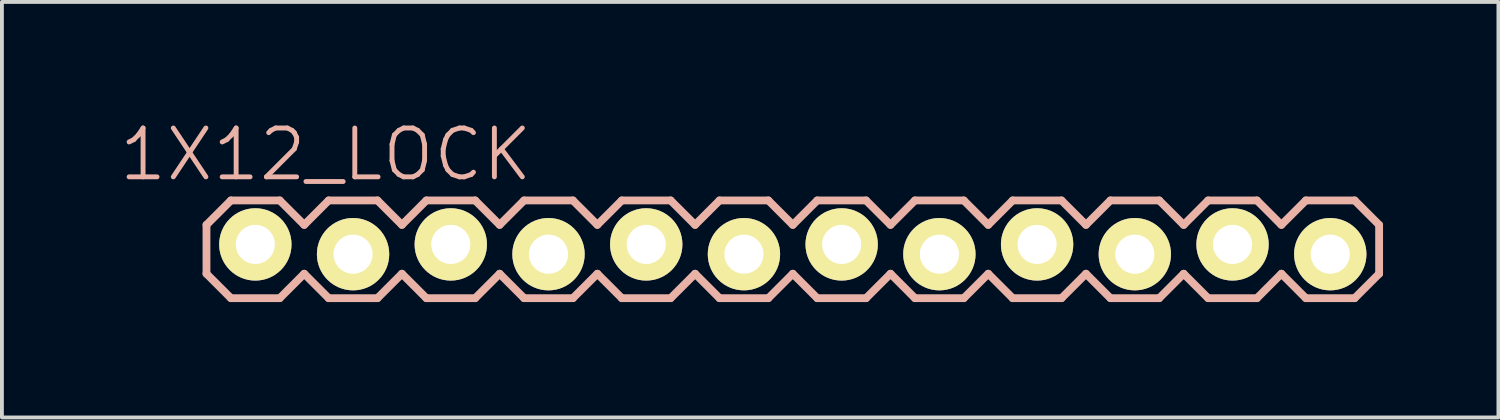
<source format=kicad_pcb>
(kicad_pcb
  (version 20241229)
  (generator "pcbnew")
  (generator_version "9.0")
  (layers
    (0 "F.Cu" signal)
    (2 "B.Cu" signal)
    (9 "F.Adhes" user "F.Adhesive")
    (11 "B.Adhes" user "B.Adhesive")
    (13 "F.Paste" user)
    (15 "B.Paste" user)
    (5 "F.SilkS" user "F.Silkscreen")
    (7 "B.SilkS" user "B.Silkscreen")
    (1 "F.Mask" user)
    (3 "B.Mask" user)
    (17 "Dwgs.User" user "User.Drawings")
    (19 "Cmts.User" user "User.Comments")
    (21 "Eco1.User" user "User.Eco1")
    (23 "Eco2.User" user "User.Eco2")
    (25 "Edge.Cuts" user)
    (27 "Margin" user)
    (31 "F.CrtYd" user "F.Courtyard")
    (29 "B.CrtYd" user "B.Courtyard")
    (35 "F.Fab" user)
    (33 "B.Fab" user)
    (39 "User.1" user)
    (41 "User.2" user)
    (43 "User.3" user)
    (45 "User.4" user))
  (footprint "1X12_LOCK"
    (layer "F.Cu")
    (at 3.587 3.43)
    (property "Reference" "1X12_LOCK" (at 1.829 -2.464 0) (layer "B.SilkS") (effects (font (size 1.27 1.27) (thickness 0.127))))
    (attr exclude_from_pos_files exclude_from_bom)
    (fp_line (start -0.254 -0.254) (end 0.254 -0.254) (stroke (width 0.066) (type solid)) (layer "F.SilkS"))
    (fp_line (start -0.254 0.254) (end -0.254 -0.254) (stroke (width 0.066) (type solid)) (layer "F.SilkS"))
    (fp_line (start -0.254 0.254) (end 0.254 0.254) (stroke (width 0.066) (type solid)) (layer "F.SilkS"))
    (fp_line (start 0.254 0.254) (end 0.254 -0.254) (stroke (width 0.066) (type solid)) (layer "F.SilkS"))
    (fp_line (start 2.286 -0.254) (end 2.794 -0.254) (stroke (width 0.066) (type solid)) (layer "F.SilkS"))
    (fp_line (start 2.286 0.254) (end 2.286 -0.254) (stroke (width 0.066) (type solid)) (layer "F.SilkS"))
    (fp_line (start 2.286 0.254) (end 2.794 0.254) (stroke (width 0.066) (type solid)) (layer "F.SilkS"))
    (fp_line (start 2.794 0.254) (end 2.794 -0.254) (stroke (width 0.066) (type solid)) (layer "F.SilkS"))
    (fp_line (start 4.826 -0.254) (end 5.334 -0.254) (stroke (width 0.066) (type solid)) (layer "F.SilkS"))
    (fp_line (start 4.826 0.254) (end 4.826 -0.254) (stroke (width 0.066) (type solid)) (layer "F.SilkS"))
    (fp_line (start 4.826 0.254) (end 5.334 0.254) (stroke (width 0.066) (type solid)) (layer "F.SilkS"))
    (fp_line (start 5.334 0.254) (end 5.334 -0.254) (stroke (width 0.066) (type solid)) (layer "F.SilkS"))
    (fp_line (start 7.366 -0.254) (end 7.874 -0.254) (stroke (width 0.066) (type solid)) (layer "F.SilkS"))
    (fp_line (start 7.366 0.254) (end 7.366 -0.254) (stroke (width 0.066) (type solid)) (layer "F.SilkS"))
    (fp_line (start 7.366 0.254) (end 7.874 0.254) (stroke (width 0.066) (type solid)) (layer "F.SilkS"))
    (fp_line (start 7.874 0.254) (end 7.874 -0.254) (stroke (width 0.066) (type solid)) (layer "F.SilkS"))
    (fp_line (start 9.906 -0.254) (end 10.414 -0.254) (stroke (width 0.066) (type solid)) (layer "F.SilkS"))
    (fp_line (start 9.906 0.254) (end 9.906 -0.254) (stroke (width 0.066) (type solid)) (layer "F.SilkS"))
    (fp_line (start 9.906 0.254) (end 10.414 0.254) (stroke (width 0.066) (type solid)) (layer "F.SilkS"))
    (fp_line (start 10.414 0.254) (end 10.414 -0.254) (stroke (width 0.066) (type solid)) (layer "F.SilkS"))
    (fp_line (start 12.446 -0.254) (end 12.954 -0.254) (stroke (width 0.066) (type solid)) (layer "F.SilkS"))
    (fp_line (start 12.446 0.254) (end 12.446 -0.254) (stroke (width 0.066) (type solid)) (layer "F.SilkS"))
    (fp_line (start 12.446 0.254) (end 12.954 0.254) (stroke (width 0.066) (type solid)) (layer "F.SilkS"))
    (fp_line (start 12.954 0.254) (end 12.954 -0.254) (stroke (width 0.066) (type solid)) (layer "F.SilkS"))
    (fp_line (start 14.986 -0.254) (end 15.494 -0.254) (stroke (width 0.066) (type solid)) (layer "F.SilkS"))
    (fp_line (start 14.986 0.254) (end 14.986 -0.254) (stroke (width 0.066) (type solid)) (layer "F.SilkS"))
    (fp_line (start 14.986 0.254) (end 15.494 0.254) (stroke (width 0.066) (type solid)) (layer "F.SilkS"))
    (fp_line (start 15.494 0.254) (end 15.494 -0.254) (stroke (width 0.066) (type solid)) (layer "F.SilkS"))
    (fp_line (start 17.523 -0.254) (end 18.034 -0.254) (stroke (width 0.066) (type solid)) (layer "F.SilkS"))
    (fp_line (start 17.523 0.254) (end 17.523 -0.254) (stroke (width 0.066) (type solid)) (layer "F.SilkS"))
    (fp_line (start 17.523 0.254) (end 18.034 0.254) (stroke (width 0.066) (type solid)) (layer "F.SilkS"))
    (fp_line (start 18.034 0.254) (end 18.034 -0.254) (stroke (width 0.066) (type solid)) (layer "F.SilkS"))
    (fp_line (start 20.066 -0.254) (end 20.574 -0.254) (stroke (width 0.066) (type solid)) (layer "F.SilkS"))
    (fp_line (start 20.066 0.254) (end 20.066 -0.254) (stroke (width 0.066) (type solid)) (layer "F.SilkS"))
    (fp_line (start 20.066 0.254) (end 20.574 0.254) (stroke (width 0.066) (type solid)) (layer "F.SilkS"))
    (fp_line (start 20.574 0.254) (end 20.574 -0.254) (stroke (width 0.066) (type solid)) (layer "F.SilkS"))
    (fp_line (start 22.606 -0.254) (end 23.114 -0.254) (stroke (width 0.066) (type solid)) (layer "F.SilkS"))
    (fp_line (start 22.606 0.254) (end 22.606 -0.254) (stroke (width 0.066) (type solid)) (layer "F.SilkS"))
    (fp_line (start 22.606 0.254) (end 23.114 0.254) (stroke (width 0.066) (type solid)) (layer "F.SilkS"))
    (fp_line (start 23.114 0.254) (end 23.114 -0.254) (stroke (width 0.066) (type solid)) (layer "F.SilkS"))
    (fp_line (start 25.146 -0.254) (end 25.654 -0.254) (stroke (width 0.066) (type solid)) (layer "F.SilkS"))
    (fp_line (start 25.146 0.254) (end 25.146 -0.254) (stroke (width 0.066) (type solid)) (layer "F.SilkS"))
    (fp_line (start 25.146 0.254) (end 25.654 0.254) (stroke (width 0.066) (type solid)) (layer "F.SilkS"))
    (fp_line (start 25.654 0.254) (end 25.654 -0.254) (stroke (width 0.066) (type solid)) (layer "F.SilkS"))
    (fp_line (start 27.686 -0.254) (end 28.194 -0.254) (stroke (width 0.066) (type solid)) (layer "F.SilkS"))
    (fp_line (start 27.686 0.254) (end 27.686 -0.254) (stroke (width 0.066) (type solid)) (layer "F.SilkS"))
    (fp_line (start 27.686 0.254) (end 28.194 0.254) (stroke (width 0.066) (type solid)) (layer "F.SilkS"))
    (fp_line (start 28.194 0.254) (end 28.194 -0.254) (stroke (width 0.066) (type solid)) (layer "F.SilkS"))
    (fp_line (start -1.27 -0.635) (end -1.27 0.635) (stroke (width 0.203) (type solid)) (layer "B.SilkS"))
    (fp_line (start -1.27 0.635) (end -0.635 1.27) (stroke (width 0.203) (type solid)) (layer "B.SilkS"))
    (fp_line (start -0.635 -1.27) (end -1.27 -0.635) (stroke (width 0.203) (type solid)) (layer "B.SilkS"))
    (fp_line (start -0.635 -1.27) (end 0.635 -1.27) (stroke (width 0.203) (type solid)) (layer "B.SilkS"))
    (fp_line (start 0.635 -1.27) (end 1.27 -0.635) (stroke (width 0.203) (type solid)) (layer "B.SilkS"))
    (fp_line (start 0.635 1.27) (end -0.635 1.27) (stroke (width 0.203) (type solid)) (layer "B.SilkS"))
    (fp_line (start 1.27 -0.635) (end 1.905 -1.27) (stroke (width 0.203) (type solid)) (layer "B.SilkS"))
    (fp_line (start 1.27 0.635) (end 0.635 1.27) (stroke (width 0.203) (type solid)) (layer "B.SilkS"))
    (fp_line (start 1.905 -1.27) (end 3.175 -1.27) (stroke (width 0.203) (type solid)) (layer "B.SilkS"))
    (fp_line (start 1.905 1.27) (end 1.27 0.635) (stroke (width 0.203) (type solid)) (layer "B.SilkS"))
    (fp_line (start 3.175 -1.27) (end 3.81 -0.635) (stroke (width 0.203) (type solid)) (layer "B.SilkS"))
    (fp_line (start 3.175 1.27) (end 1.905 1.27) (stroke (width 0.203) (type solid)) (layer "B.SilkS"))
    (fp_line (start 3.81 -0.635) (end 4.445 -1.27) (stroke (width 0.203) (type solid)) (layer "B.SilkS"))
    (fp_line (start 3.81 0.635) (end 3.175 1.27) (stroke (width 0.203) (type solid)) (layer "B.SilkS"))
    (fp_line (start 4.445 -1.27) (end 5.715 -1.27) (stroke (width 0.203) (type solid)) (layer "B.SilkS"))
    (fp_line (start 4.445 1.27) (end 3.81 0.635) (stroke (width 0.203) (type solid)) (layer "B.SilkS"))
    (fp_line (start 5.715 -1.27) (end 6.35 -0.635) (stroke (width 0.203) (type solid)) (layer "B.SilkS"))
    (fp_line (start 5.715 1.27) (end 4.445 1.27) (stroke (width 0.203) (type solid)) (layer "B.SilkS"))
    (fp_line (start 6.35 0.635) (end 5.715 1.27) (stroke (width 0.203) (type solid)) (layer "B.SilkS"))
    (fp_line (start 6.35 0.635) (end 6.985 1.27) (stroke (width 0.203) (type solid)) (layer "B.SilkS"))
    (fp_line (start 6.985 -1.27) (end 6.35 -0.635) (stroke (width 0.203) (type solid)) (layer "B.SilkS"))
    (fp_line (start 6.985 -1.27) (end 8.255 -1.27) (stroke (width 0.203) (type solid)) (layer "B.SilkS"))
    (fp_line (start 8.255 -1.27) (end 8.89 -0.635) (stroke (width 0.203) (type solid)) (layer "B.SilkS"))
    (fp_line (start 8.255 1.27) (end 6.985 1.27) (stroke (width 0.203) (type solid)) (layer "B.SilkS"))
    (fp_line (start 8.89 -0.635) (end 9.525 -1.27) (stroke (width 0.203) (type solid)) (layer "B.SilkS"))
    (fp_line (start 8.89 0.635) (end 8.255 1.27) (stroke (width 0.203) (type solid)) (layer "B.SilkS"))
    (fp_line (start 9.525 -1.27) (end 10.795 -1.27) (stroke (width 0.203) (type solid)) (layer "B.SilkS"))
    (fp_line (start 9.525 1.27) (end 8.89 0.635) (stroke (width 0.203) (type solid)) (layer "B.SilkS"))
    (fp_line (start 10.795 -1.27) (end 11.43 -0.635) (stroke (width 0.203) (type solid)) (layer "B.SilkS"))
    (fp_line (start 10.795 1.27) (end 9.525 1.27) (stroke (width 0.203) (type solid)) (layer "B.SilkS"))
    (fp_line (start 11.43 -0.635) (end 12.065 -1.27) (stroke (width 0.203) (type solid)) (layer "B.SilkS"))
    (fp_line (start 11.43 0.635) (end 10.795 1.27) (stroke (width 0.203) (type solid)) (layer "B.SilkS"))
    (fp_line (start 12.065 -1.27) (end 13.335 -1.27) (stroke (width 0.203) (type solid)) (layer "B.SilkS"))
    (fp_line (start 12.065 1.27) (end 11.43 0.635) (stroke (width 0.203) (type solid)) (layer "B.SilkS"))
    (fp_line (start 13.335 -1.27) (end 13.97 -0.635) (stroke (width 0.203) (type solid)) (layer "B.SilkS"))
    (fp_line (start 13.335 1.27) (end 12.065 1.27) (stroke (width 0.203) (type solid)) (layer "B.SilkS"))
    (fp_line (start 13.97 0.635) (end 13.335 1.27) (stroke (width 0.203) (type solid)) (layer "B.SilkS"))
    (fp_line (start 13.97 0.635) (end 14.605 1.27) (stroke (width 0.203) (type solid)) (layer "B.SilkS"))
    (fp_line (start 14.605 -1.27) (end 13.97 -0.635) (stroke (width 0.203) (type solid)) (layer "B.SilkS"))
    (fp_line (start 14.605 -1.27) (end 15.875 -1.27) (stroke (width 0.203) (type solid)) (layer "B.SilkS"))
    (fp_line (start 15.875 -1.27) (end 16.51 -0.635) (stroke (width 0.203) (type solid)) (layer "B.SilkS"))
    (fp_line (start 15.875 1.27) (end 14.605 1.27) (stroke (width 0.203) (type solid)) (layer "B.SilkS"))
    (fp_line (start 16.51 0.635) (end 15.875 1.27) (stroke (width 0.203) (type solid)) (layer "B.SilkS"))
    (fp_line (start 16.51 0.635) (end 17.145 1.27) (stroke (width 0.203) (type solid)) (layer "B.SilkS"))
    (fp_line (start 17.145 -1.27) (end 16.51 -0.635) (stroke (width 0.203) (type solid)) (layer "B.SilkS"))
    (fp_line (start 17.145 -1.27) (end 18.415 -1.27) (stroke (width 0.203) (type solid)) (layer "B.SilkS"))
    (fp_line (start 18.415 -1.27) (end 19.05 -0.635) (stroke (width 0.203) (type solid)) (layer "B.SilkS"))
    (fp_line (start 18.415 1.27) (end 17.145 1.27) (stroke (width 0.203) (type solid)) (layer "B.SilkS"))
    (fp_line (start 19.05 0.635) (end 18.415 1.27) (stroke (width 0.203) (type solid)) (layer "B.SilkS"))
    (fp_line (start 19.05 0.635) (end 19.685 1.27) (stroke (width 0.203) (type solid)) (layer "B.SilkS"))
    (fp_line (start 19.685 -1.27) (end 19.05 -0.635) (stroke (width 0.203) (type solid)) (layer "B.SilkS"))
    (fp_line (start 19.685 -1.27) (end 20.955 -1.27) (stroke (width 0.203) (type solid)) (layer "B.SilkS"))
    (fp_line (start 20.955 -1.27) (end 21.59 -0.635) (stroke (width 0.203) (type solid)) (layer "B.SilkS"))
    (fp_line (start 20.955 1.27) (end 19.685 1.27) (stroke (width 0.203) (type solid)) (layer "B.SilkS"))
    (fp_line (start 21.59 0.635) (end 20.955 1.27) (stroke (width 0.203) (type solid)) (layer "B.SilkS"))
    (fp_line (start 21.59 0.635) (end 22.225 1.27) (stroke (width 0.203) (type solid)) (layer "B.SilkS"))
    (fp_line (start 22.225 -1.27) (end 21.59 -0.635) (stroke (width 0.203) (type solid)) (layer "B.SilkS"))
    (fp_line (start 22.225 -1.27) (end 23.495 -1.27) (stroke (width 0.203) (type solid)) (layer "B.SilkS"))
    (fp_line (start 23.495 -1.27) (end 24.13 -0.635) (stroke (width 0.203) (type solid)) (layer "B.SilkS"))
    (fp_line (start 23.495 1.27) (end 22.225 1.27) (stroke (width 0.203) (type solid)) (layer "B.SilkS"))
    (fp_line (start 24.13 0.635) (end 23.495 1.27) (stroke (width 0.203) (type solid)) (layer "B.SilkS"))
    (fp_line (start 24.13 0.635) (end 24.765 1.27) (stroke (width 0.203) (type solid)) (layer "B.SilkS"))
    (fp_line (start 24.765 -1.27) (end 24.13 -0.635) (stroke (width 0.203) (type solid)) (layer "B.SilkS"))
    (fp_line (start 24.765 -1.27) (end 26.035 -1.27) (stroke (width 0.203) (type solid)) (layer "B.SilkS"))
    (fp_line (start 26.035 -1.27) (end 26.67 -0.635) (stroke (width 0.203) (type solid)) (layer "B.SilkS"))
    (fp_line (start 26.035 1.27) (end 24.765 1.27) (stroke (width 0.203) (type solid)) (layer "B.SilkS"))
    (fp_line (start 26.67 0.635) (end 26.035 1.27) (stroke (width 0.203) (type solid)) (layer "B.SilkS"))
    (fp_line (start 26.67 0.635) (end 27.305 1.27) (stroke (width 0.203) (type solid)) (layer "B.SilkS"))
    (fp_line (start 27.305 -1.27) (end 26.67 -0.635) (stroke (width 0.203) (type solid)) (layer "B.SilkS"))
    (fp_line (start 27.305 -1.27) (end 28.575 -1.27) (stroke (width 0.203) (type solid)) (layer "B.SilkS"))
    (fp_line (start 28.575 -1.27) (end 29.21 -0.635) (stroke (width 0.203) (type solid)) (layer "B.SilkS"))
    (fp_line (start 28.575 1.27) (end 27.305 1.27) (stroke (width 0.203) (type solid)) (layer "B.SilkS"))
    (fp_line (start 29.21 -0.635) (end 29.21 0.635) (stroke (width 0.203) (type solid)) (layer "B.SilkS"))
    (fp_line (start 29.21 0.635) (end 28.575 1.27) (stroke (width 0.203) (type solid)) (layer "B.SilkS"))
    (pad "1" thru_hole circle (at 0 -0.127) (size 1.88 1.88) (drill 1.016) (layers "*.Cu" "F.Mask" "F.SilkS" "F.Paste"))
    (pad "2" thru_hole circle (at 2.54 0.127) (size 1.88 1.88) (drill 1.016) (layers "*.Cu" "F.Mask" "F.SilkS" "F.Paste"))
    (pad "3" thru_hole circle (at 5.08 -0.127) (size 1.88 1.88) (drill 1.016) (layers "*.Cu" "F.Mask" "F.SilkS" "F.Paste"))
    (pad "4" thru_hole circle (at 7.62 0.127) (size 1.88 1.88) (drill 1.016) (layers "*.Cu" "F.Mask" "F.SilkS" "F.Paste"))
    (pad "5" thru_hole circle (at 10.16 -0.127) (size 1.88 1.88) (drill 1.016) (layers "*.Cu" "F.Mask" "F.SilkS" "F.Paste"))
    (pad "6" thru_hole circle (at 12.7 0.127) (size 1.88 1.88) (drill 1.016) (layers "*.Cu" "F.Mask" "F.SilkS" "F.Paste"))
    (pad "7" thru_hole circle (at 15.24 -0.127) (size 1.88 1.88) (drill 1.016) (layers "*.Cu" "F.Mask" "F.SilkS" "F.Paste"))
    (pad "8" thru_hole circle (at 17.78 0.127) (size 1.88 1.88) (drill 1.016) (layers "*.Cu" "F.Mask" "F.SilkS" "F.Paste"))
    (pad "9" thru_hole circle (at 20.32 -0.127) (size 1.88 1.88) (drill 1.016) (layers "*.Cu" "F.Mask" "F.SilkS" "F.Paste"))
    (pad "10" thru_hole circle (at 22.86 0.127) (size 1.88 1.88) (drill 1.016) (layers "*.Cu" "F.Mask" "F.SilkS" "F.Paste"))
    (pad "11" thru_hole circle (at 25.4 -0.127) (size 1.88 1.88) (drill 1.016) (layers "*.Cu" "F.Mask" "F.SilkS" "F.Paste"))
    (pad "12" thru_hole circle (at 27.94 0.127) (size 1.88 1.88) (drill 1.016) (layers "*.Cu" "F.Mask" "F.SilkS" "F.Paste")))
  (gr_rect
    (start -3 -3)
    (end 35.898 7.801)
    (stroke (width 0.1) (type default))
    (fill no)
    (layer "Edge.Cuts")))
</source>
